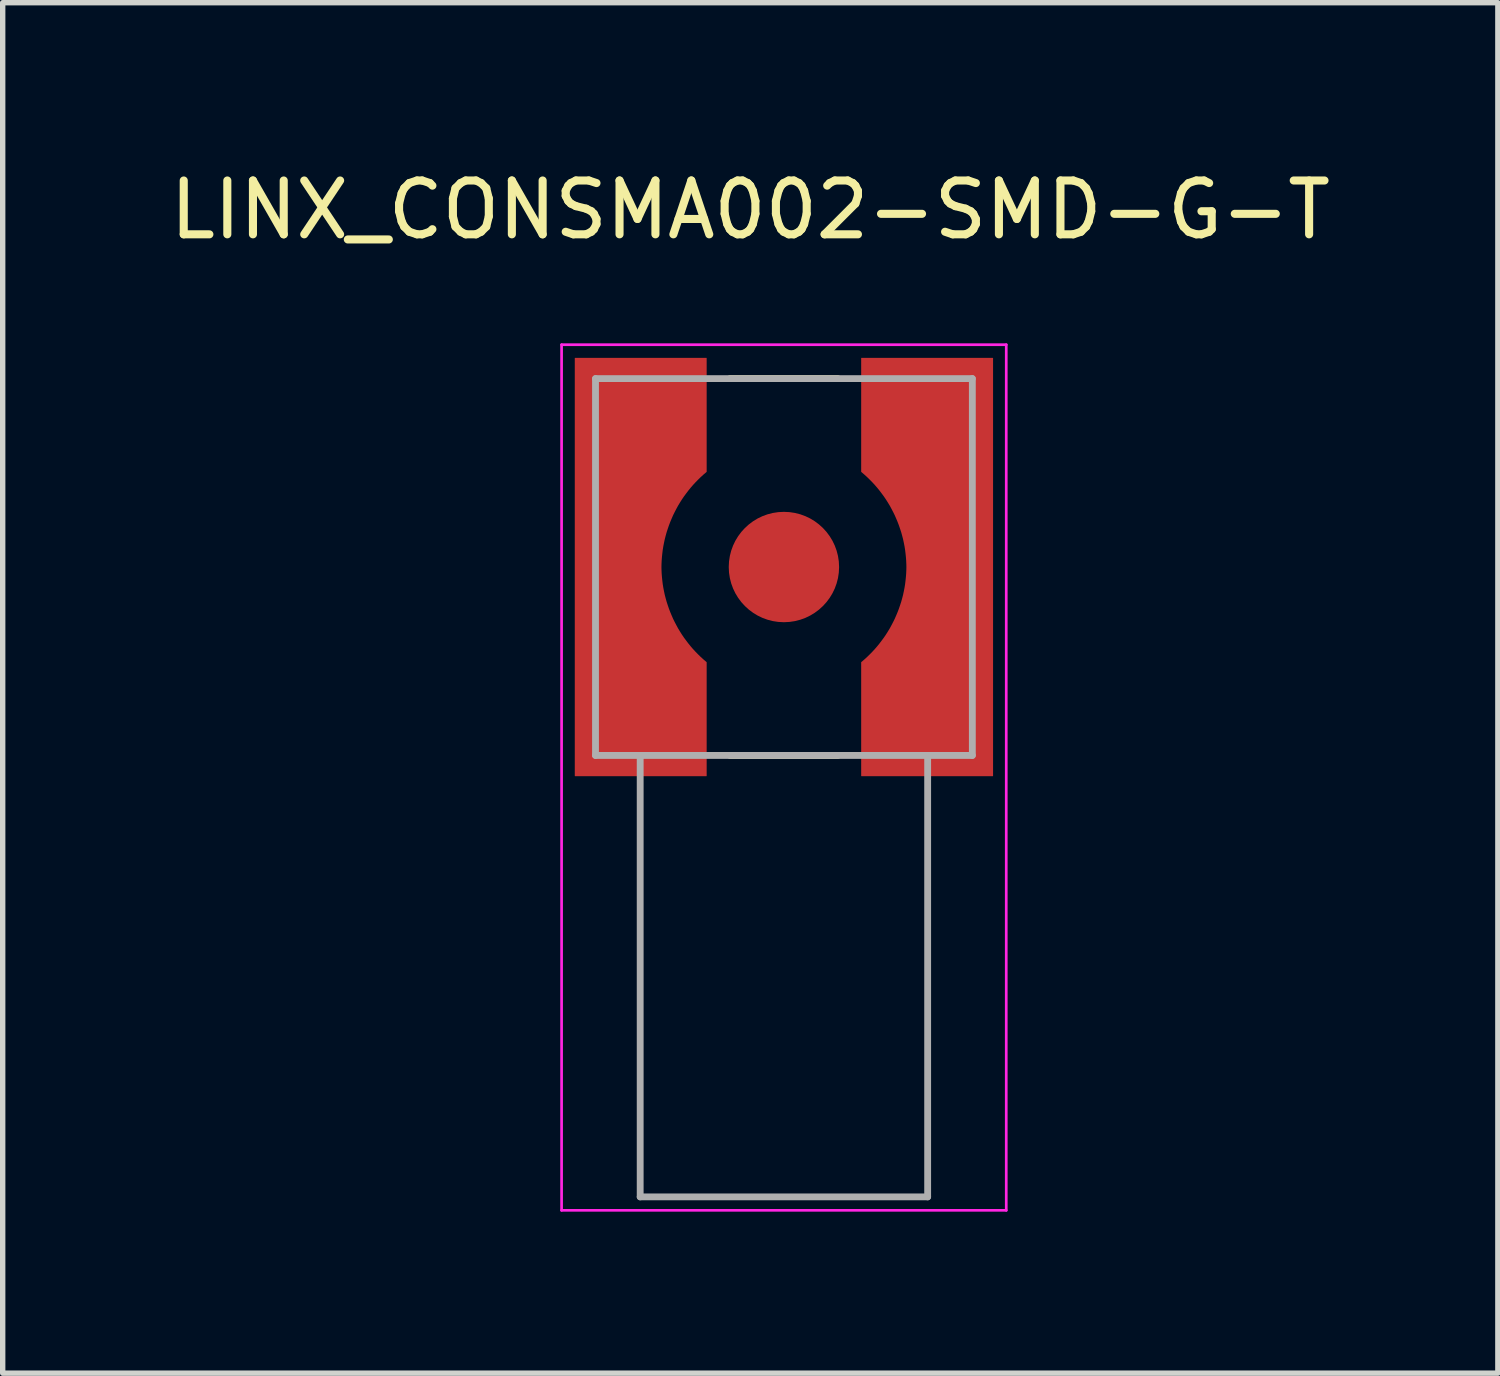
<source format=kicad_pcb>
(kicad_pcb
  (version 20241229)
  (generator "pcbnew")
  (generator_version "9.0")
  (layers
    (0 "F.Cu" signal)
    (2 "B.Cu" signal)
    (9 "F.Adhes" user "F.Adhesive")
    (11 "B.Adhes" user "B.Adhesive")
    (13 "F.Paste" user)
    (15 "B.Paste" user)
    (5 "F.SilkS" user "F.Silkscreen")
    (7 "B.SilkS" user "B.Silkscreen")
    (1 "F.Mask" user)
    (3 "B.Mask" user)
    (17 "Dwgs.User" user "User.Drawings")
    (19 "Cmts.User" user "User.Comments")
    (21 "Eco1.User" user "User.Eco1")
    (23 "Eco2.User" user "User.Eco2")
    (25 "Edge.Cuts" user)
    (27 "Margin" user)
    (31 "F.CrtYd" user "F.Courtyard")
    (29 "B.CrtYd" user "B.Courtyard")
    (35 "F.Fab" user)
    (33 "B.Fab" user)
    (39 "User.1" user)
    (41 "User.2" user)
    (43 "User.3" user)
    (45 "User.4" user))
  (footprint "LINX_CONSMA002-SMD-G-T"
    (layer "F.Cu")
    (at 11.512 7.483)
    (property "Reference" "LINX_CONSMA002-SMD-G-T" (at -0.625 -6.635 0) (layer "F.SilkS") (effects (font (size 1 1) (thickness 0.15))))
    (attr smd)
    (fp_poly (pts (xy -1.34 -3.98) (xy -3.98 -3.98) (xy -3.98 3.98) (xy -1.34 3.98) (xy -1.34 1.72) (xy -1.381 1.687) (xy -1.43 1.645) (xy -1.478 1.602) (xy -1.524 1.557) (xy -1.569 1.511) (xy -1.613 1.464) (xy -1.655 1.416) (xy -1.696 1.366) (xy -1.736 1.315) (xy -1.774 1.263) (xy -1.81 1.21) (xy -1.845 1.156) (xy -1.878 1.101) (xy -1.91 1.045) (xy -1.94 0.988) (xy -1.968 0.931) (xy -1.995 0.872) (xy -2.02 0.813) (xy -2.043 0.753) (xy -2.065 0.692) (xy -2.084 0.631) (xy -2.102 0.569) (xy -2.118 0.507) (xy -2.133 0.444) (xy -2.145 0.381) (xy -2.156 0.318) (xy -2.164 0.254) (xy -2.171 0.19) (xy -2.176 0.126) (xy -2.18 0.05) (xy -2.179 -0.028) (xy -2.176 -0.097) (xy -2.171 -0.166) (xy -2.164 -0.235) (xy -2.155 -0.303) (xy -2.144 -0.371) (xy -2.131 -0.439) (xy -2.116 -0.506) (xy -2.099 -0.573) (xy -2.08 -0.639) (xy -2.06 -0.705) (xy -2.037 -0.77) (xy -2.012 -0.835) (xy -1.986 -0.899) (xy -1.958 -0.962) (xy -1.928 -1.024) (xy -1.896 -1.085) (xy -1.862 -1.145) (xy -1.827 -1.204) (xy -1.79 -1.262) (xy -1.751 -1.32) (xy -1.711 -1.375) (xy -1.669 -1.43) (xy -1.625 -1.484) (xy -1.58 -1.536) (xy -1.533 -1.587) (xy -1.485 -1.636) (xy -1.436 -1.684) (xy -1.385 -1.731) (xy -1.34 -1.77) (xy -1.34 -3.98)) (stroke (width 0.01) (type solid)) (fill yes) (layer "F.Mask"))
    (fp_poly (pts (xy 1.34 -3.98) (xy 3.98 -3.98) (xy 3.98 3.98) (xy 1.34 3.98) (xy 1.34 1.72) (xy 1.391 1.677) (xy 1.441 1.633) (xy 1.489 1.588) (xy 1.536 1.542) (xy 1.581 1.494) (xy 1.625 1.445) (xy 1.667 1.395) (xy 1.708 1.343) (xy 1.748 1.29) (xy 1.786 1.237) (xy 1.822 1.182) (xy 1.857 1.126) (xy 1.89 1.069) (xy 1.921 1.011) (xy 1.951 0.952) (xy 1.979 0.892) (xy 2.005 0.832) (xy 2.03 0.771) (xy 2.053 0.709) (xy 2.074 0.647) (xy 2.093 0.584) (xy 2.11 0.52) (xy 2.125 0.456) (xy 2.139 0.391) (xy 2.15 0.327) (xy 2.16 0.261) (xy 2.168 0.196) (xy 2.174 0.13) (xy 2.178 0.065) (xy 2.18 0) (xy 2.179 -0.052) (xy 2.176 -0.119) (xy 2.171 -0.186) (xy 2.164 -0.253) (xy 2.156 -0.32) (xy 2.145 -0.387) (xy 2.132 -0.453) (xy 2.118 -0.519) (xy 2.101 -0.584) (xy 2.083 -0.649) (xy 2.062 -0.713) (xy 2.04 -0.777) (xy 2.016 -0.84) (xy 1.99 -0.902) (xy 1.963 -0.964) (xy 1.933 -1.025) (xy 1.902 -1.084) (xy 1.87 -1.143) (xy 1.835 -1.201) (xy 1.799 -1.258) (xy 1.761 -1.314) (xy 1.721 -1.368) (xy 1.68 -1.422) (xy 1.638 -1.474) (xy 1.594 -1.525) (xy 1.548 -1.575) (xy 1.501 -1.623) (xy 1.453 -1.67) (xy 1.403 -1.716) (xy 1.34 -1.77) (xy 1.34 -3.98)) (stroke (width 0.01) (type solid)) (fill yes) (layer "F.Mask"))
    (fp_line (start -1 -3.5) (end 1 -3.5) (stroke (width 0.127) (type solid)) (layer "F.SilkS"))
    (fp_line (start -1 3.5) (end 1 3.5) (stroke (width 0.127) (type solid)) (layer "F.SilkS"))
    (fp_poly (pts (xy -1.44 -3.88) (xy -3.88 -3.88) (xy -3.88 3.88) (xy -1.44 3.88) (xy -1.44 1.77) (xy -1.503 1.716) (xy -1.553 1.67) (xy -1.601 1.623) (xy -1.648 1.575) (xy -1.694 1.525) (xy -1.738 1.474) (xy -1.78 1.422) (xy -1.821 1.368) (xy -1.861 1.314) (xy -1.899 1.258) (xy -1.935 1.201) (xy -1.97 1.143) (xy -2.002 1.084) (xy -2.033 1.025) (xy -2.063 0.964) (xy -2.09 0.902) (xy -2.116 0.84) (xy -2.14 0.777) (xy -2.162 0.713) (xy -2.183 0.649) (xy -2.201 0.584) (xy -2.218 0.519) (xy -2.232 0.453) (xy -2.245 0.387) (xy -2.256 0.32) (xy -2.264 0.253) (xy -2.271 0.186) (xy -2.276 0.119) (xy -2.279 0.052) (xy -2.28 0) (xy -2.279 -0.052) (xy -2.276 -0.119) (xy -2.271 -0.186) (xy -2.264 -0.253) (xy -2.256 -0.32) (xy -2.245 -0.387) (xy -2.232 -0.453) (xy -2.218 -0.519) (xy -2.201 -0.584) (xy -2.183 -0.649) (xy -2.162 -0.713) (xy -2.14 -0.777) (xy -2.116 -0.84) (xy -2.09 -0.902) (xy -2.063 -0.964) (xy -2.033 -1.025) (xy -2.002 -1.084) (xy -1.97 -1.143) (xy -1.935 -1.201) (xy -1.899 -1.258) (xy -1.861 -1.314) (xy -1.821 -1.368) (xy -1.78 -1.422) (xy -1.738 -1.474) (xy -1.694 -1.525) (xy -1.648 -1.575) (xy -1.601 -1.623) (xy -1.553 -1.67) (xy -1.503 -1.716) (xy -1.44 -1.77) (xy -1.44 -3.88)) (stroke (width 0.01) (type solid)) (fill yes) (layer "F.Paste"))
    (fp_poly (pts (xy 1.44 -3.88) (xy 3.88 -3.88) (xy 3.88 3.88) (xy 1.44 3.88) (xy 1.44 1.77) (xy 1.503 1.716) (xy 1.553 1.67) (xy 1.601 1.623) (xy 1.648 1.575) (xy 1.694 1.525) (xy 1.738 1.474) (xy 1.78 1.422) (xy 1.821 1.368) (xy 1.861 1.314) (xy 1.899 1.258) (xy 1.935 1.201) (xy 1.97 1.143) (xy 2.002 1.084) (xy 2.033 1.025) (xy 2.063 0.964) (xy 2.09 0.902) (xy 2.116 0.84) (xy 2.14 0.777) (xy 2.162 0.713) (xy 2.183 0.649) (xy 2.201 0.584) (xy 2.218 0.519) (xy 2.232 0.453) (xy 2.245 0.387) (xy 2.256 0.32) (xy 2.264 0.253) (xy 2.271 0.186) (xy 2.276 0.119) (xy 2.279 0.052) (xy 2.28 0) (xy 2.279 -0.052) (xy 2.276 -0.119) (xy 2.271 -0.186) (xy 2.264 -0.253) (xy 2.256 -0.32) (xy 2.245 -0.387) (xy 2.232 -0.453) (xy 2.218 -0.519) (xy 2.201 -0.584) (xy 2.183 -0.649) (xy 2.162 -0.713) (xy 2.14 -0.777) (xy 2.116 -0.84) (xy 2.09 -0.902) (xy 2.063 -0.964) (xy 2.033 -1.025) (xy 2.002 -1.084) (xy 1.97 -1.143) (xy 1.935 -1.201) (xy 1.899 -1.258) (xy 1.861 -1.314) (xy 1.821 -1.368) (xy 1.78 -1.422) (xy 1.738 -1.474) (xy 1.694 -1.525) (xy 1.648 -1.575) (xy 1.601 -1.623) (xy 1.553 -1.67) (xy 1.503 -1.716) (xy 1.44 -1.77) (xy 1.44 -3.88)) (stroke (width 0.01) (type solid)) (fill yes) (layer "F.Paste"))
    (fp_line (start -4.13 -4.13) (end 4.13 -4.13) (stroke (width 0.05) (type solid)) (layer "F.CrtYd"))
    (fp_line (start -4.13 11.95) (end -4.13 -4.13) (stroke (width 0.05) (type solid)) (layer "F.CrtYd"))
    (fp_line (start 4.13 -4.13) (end 4.13 11.95) (stroke (width 0.05) (type solid)) (layer "F.CrtYd"))
    (fp_line (start 4.13 11.95) (end -4.13 11.95) (stroke (width 0.05) (type solid)) (layer "F.CrtYd"))
    (fp_line (start -3.5 -3.5) (end 3.5 -3.5) (stroke (width 0.127) (type solid)) (layer "F.Fab"))
    (fp_line (start -3.5 3.5) (end -3.5 -3.5) (stroke (width 0.127) (type solid)) (layer "F.Fab"))
    (fp_line (start -2.67 3.5) (end -3.5 3.5) (stroke (width 0.127) (type solid)) (layer "F.Fab"))
    (fp_line (start -2.67 3.5) (end -2.67 11.7) (stroke (width 0.127) (type solid)) (layer "F.Fab"))
    (fp_line (start -2.67 11.7) (end 2.67 11.7) (stroke (width 0.127) (type solid)) (layer "F.Fab"))
    (fp_line (start 2.67 3.5) (end -2.67 3.5) (stroke (width 0.127) (type solid)) (layer "F.Fab"))
    (fp_line (start 2.67 11.7) (end 2.67 3.5) (stroke (width 0.127) (type solid)) (layer "F.Fab"))
    (fp_line (start 3.5 -3.5) (end 3.5 3.5) (stroke (width 0.127) (type solid)) (layer "F.Fab"))
    (fp_line (start 3.5 3.5) (end 2.67 3.5) (stroke (width 0.127) (type solid)) (layer "F.Fab"))
    (pad "1" smd circle (at 0 0) (size 2.05 2.05) (layers "F.Cu" "F.Mask" "F.Paste"))
    (pad "S1" smd custom (at -3.1 0) (size 1 1) (layers "F.Cu") (options (anchor rect)) (primitives (gr_poly (pts (xy 1.66 -3.88) (xy -0.78 -3.88) (xy -0.78 3.88) (xy 1.66 3.88) (xy 1.66 1.77) (xy 1.597 1.716) (xy 1.547 1.67) (xy 1.499 1.623) (xy 1.452 1.575) (xy 1.406 1.525) (xy 1.362 1.474) (xy 1.32 1.422) (xy 1.279 1.368) (xy 1.239 1.314) (xy 1.201 1.258) (xy 1.165 1.201) (xy 1.13 1.143) (xy 1.098 1.084) (xy 1.067 1.025) (xy 1.037 0.964) (xy 1.01 0.902) (xy 0.984 0.84) (xy 0.96 0.777) (xy 0.938 0.713) (xy 0.917 0.649) (xy 0.899 0.584) (xy 0.882 0.519) (xy 0.868 0.453) (xy 0.855 0.387) (xy 0.844 0.32) (xy 0.836 0.253) (xy 0.829 0.186) (xy 0.824 0.119) (xy 0.821 0.052) (xy 0.82 0) (xy 0.821 -0.052) (xy 0.824 -0.119) (xy 0.829 -0.186) (xy 0.836 -0.253) (xy 0.844 -0.32) (xy 0.855 -0.387) (xy 0.868 -0.453) (xy 0.882 -0.519) (xy 0.899 -0.584) (xy 0.917 -0.649) (xy 0.938 -0.713) (xy 0.96 -0.777) (xy 0.984 -0.84) (xy 1.01 -0.902) (xy 1.037 -0.964) (xy 1.067 -1.025) (xy 1.098 -1.084) (xy 1.13 -1.143) (xy 1.165 -1.201) (xy 1.201 -1.258) (xy 1.239 -1.314) (xy 1.279 -1.368) (xy 1.32 -1.422) (xy 1.362 -1.474) (xy 1.406 -1.525) (xy 1.452 -1.575) (xy 1.499 -1.623) (xy 1.547 -1.67) (xy 1.597 -1.716) (xy 1.66 -1.77) (xy 1.66 -3.88)) (width 0.01) (fill yes))))
    (pad "S2" smd custom (at 3.1 0) (size 1 1) (layers "F.Cu") (options (anchor rect)) (primitives (gr_poly (pts (xy -1.66 -3.88) (xy 0.78 -3.88) (xy 0.78 3.88) (xy -1.66 3.88) (xy -1.66 1.77) (xy -1.597 1.716) (xy -1.547 1.67) (xy -1.499 1.623) (xy -1.452 1.575) (xy -1.406 1.525) (xy -1.362 1.474) (xy -1.32 1.422) (xy -1.279 1.368) (xy -1.239 1.314) (xy -1.201 1.258) (xy -1.165 1.201) (xy -1.13 1.143) (xy -1.098 1.084) (xy -1.067 1.025) (xy -1.037 0.964) (xy -1.01 0.902) (xy -0.984 0.84) (xy -0.96 0.777) (xy -0.938 0.713) (xy -0.917 0.649) (xy -0.899 0.584) (xy -0.882 0.519) (xy -0.868 0.453) (xy -0.855 0.387) (xy -0.844 0.32) (xy -0.836 0.253) (xy -0.829 0.186) (xy -0.824 0.119) (xy -0.821 0.052) (xy -0.82 0) (xy -0.821 -0.052) (xy -0.824 -0.119) (xy -0.829 -0.186) (xy -0.836 -0.253) (xy -0.844 -0.32) (xy -0.855 -0.387) (xy -0.868 -0.453) (xy -0.882 -0.519) (xy -0.899 -0.584) (xy -0.917 -0.649) (xy -0.938 -0.713) (xy -0.96 -0.777) (xy -0.984 -0.84) (xy -1.01 -0.902) (xy -1.037 -0.964) (xy -1.067 -1.025) (xy -1.098 -1.084) (xy -1.13 -1.143) (xy -1.165 -1.201) (xy -1.201 -1.258) (xy -1.239 -1.314) (xy -1.279 -1.368) (xy -1.32 -1.422) (xy -1.362 -1.474) (xy -1.406 -1.525) (xy -1.452 -1.575) (xy -1.499 -1.623) (xy -1.547 -1.67) (xy -1.597 -1.716) (xy -1.66 -1.77) (xy -1.66 -2.35) (xy -1.66 -3.88)) (width 0.01) (fill yes)))))
  (gr_rect
    (start -3 -3)
    (end 24.774 22.458)
    (stroke (width 0.1) (type default))
    (fill no)
    (layer "Edge.Cuts")))
</source>
